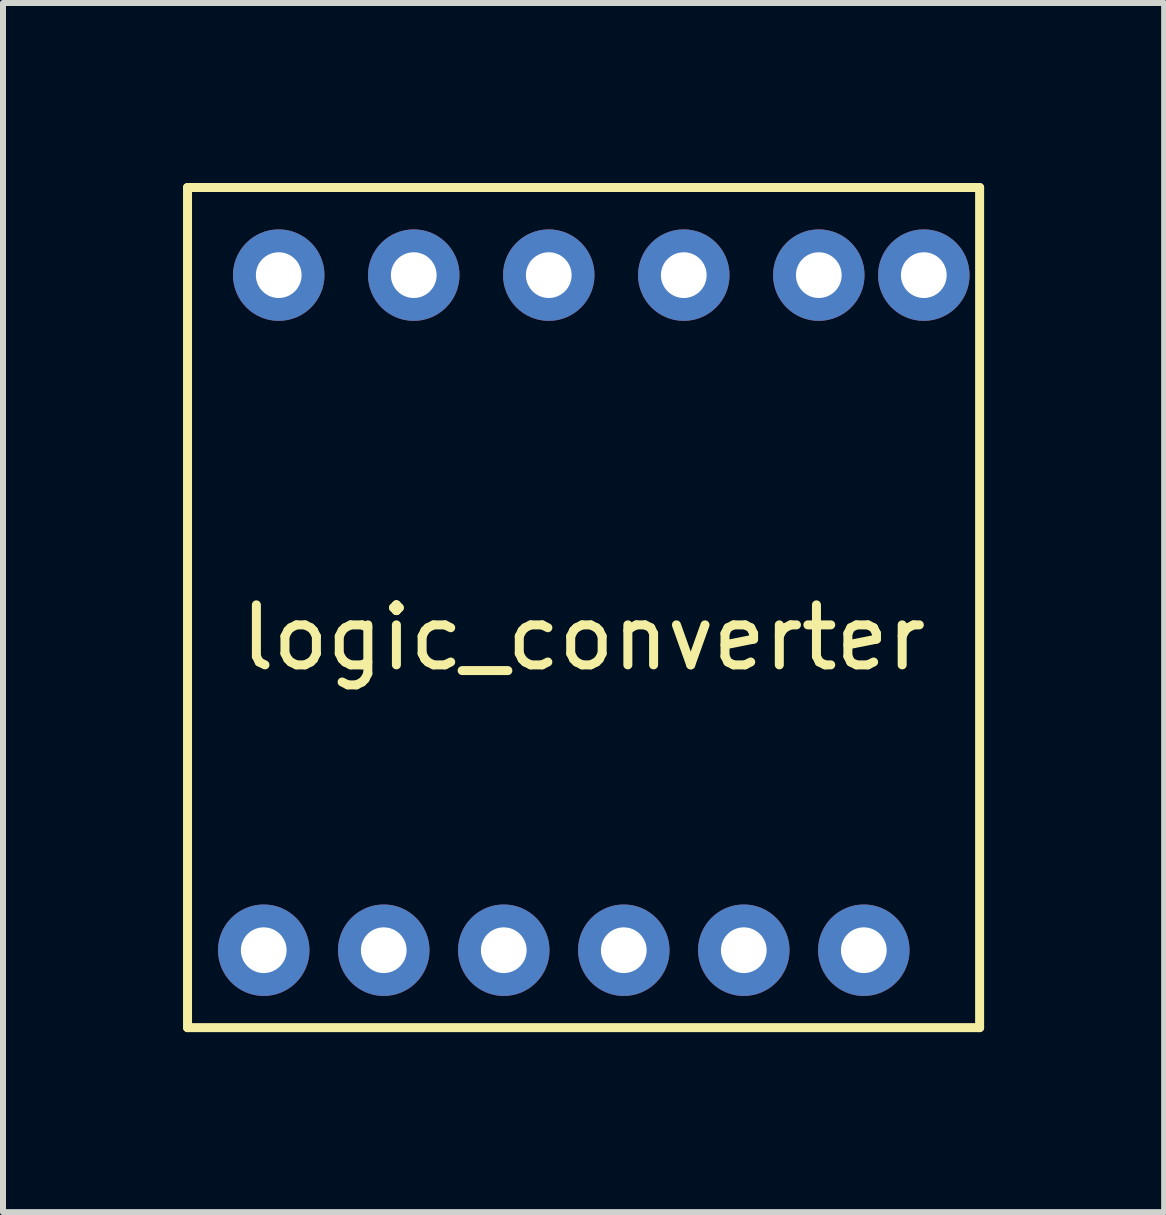
<source format=kicad_pcb>
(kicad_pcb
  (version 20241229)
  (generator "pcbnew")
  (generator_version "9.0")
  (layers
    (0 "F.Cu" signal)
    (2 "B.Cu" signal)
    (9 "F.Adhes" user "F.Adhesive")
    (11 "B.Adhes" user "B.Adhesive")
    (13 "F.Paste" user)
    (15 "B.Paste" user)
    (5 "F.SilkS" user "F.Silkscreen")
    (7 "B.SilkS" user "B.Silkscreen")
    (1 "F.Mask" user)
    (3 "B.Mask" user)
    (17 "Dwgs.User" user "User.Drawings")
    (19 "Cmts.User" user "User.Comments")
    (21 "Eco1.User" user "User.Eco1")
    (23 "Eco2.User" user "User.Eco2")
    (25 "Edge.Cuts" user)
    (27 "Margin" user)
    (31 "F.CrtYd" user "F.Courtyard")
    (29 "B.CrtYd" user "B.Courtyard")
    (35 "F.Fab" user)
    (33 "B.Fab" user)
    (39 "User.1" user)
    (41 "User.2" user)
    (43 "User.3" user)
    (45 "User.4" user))
  (footprint "logic_converter"
    (layer "F.Cu")
    (at 6.675 7.075)
    (property "Reference" "logic_converter" (at 0 0.5 0) (layer "F.SilkS") (effects (font (size 1 1) (thickness 0.15))))
    (attr through_hole)
    (fp_line (start -6.6 -7) (end -6.6 7) (stroke (width 0.15) (type solid)) (layer "F.SilkS"))
    (fp_line (start -6.6 -7) (end 6.6 -7) (stroke (width 0.15) (type solid)) (layer "F.SilkS"))
    (fp_line (start -6.6 7) (end 6.6 7) (stroke (width 0.15) (type solid)) (layer "F.SilkS"))
    (fp_line (start 6.6 7) (end 6.6 -7) (stroke (width 0.15) (type solid)) (layer "F.SilkS"))
    (pad "1" thru_hole circle (at -5.08 -5.54) (size 1.524 1.524) (drill 0.762) (layers "*.Cu" "*.Mask"))
    (pad "2" thru_hole circle (at -2.83 -5.54) (size 1.524 1.524) (drill 0.762) (layers "*.Cu" "*.Mask"))
    (pad "3" thru_hole circle (at -0.58 -5.54) (size 1.524 1.524) (drill 0.762) (layers "*.Cu" "*.Mask"))
    (pad "4" thru_hole circle (at 1.67 -5.54) (size 1.524 1.524) (drill 0.762) (layers "*.Cu" "*.Mask"))
    (pad "5" thru_hole circle (at 3.92 -5.54) (size 1.524 1.524) (drill 0.762) (layers "*.Cu" "*.Mask"))
    (pad "6" thru_hole circle (at 5.67 -5.54) (size 1.524 1.524) (drill 0.762) (layers "*.Cu" "*.Mask"))
    (pad "7" thru_hole circle (at -5.33 5.71) (size 1.524 1.524) (drill 0.762) (layers "*.Cu" "*.Mask"))
    (pad "8" thru_hole circle (at -3.33 5.71) (size 1.524 1.524) (drill 0.762) (layers "*.Cu" "*.Mask"))
    (pad "9" thru_hole circle (at -1.33 5.71) (size 1.524 1.524) (drill 0.762) (layers "*.Cu" "*.Mask"))
    (pad "10" thru_hole circle (at 0.67 5.71) (size 1.524 1.524) (drill 0.762) (layers "*.Cu" "*.Mask"))
    (pad "11" thru_hole circle (at 2.67 5.71) (size 1.524 1.524) (drill 0.762) (layers "*.Cu" "*.Mask"))
    (pad "12" thru_hole circle (at 4.67 5.71) (size 1.524 1.524) (drill 0.762) (layers "*.Cu" "*.Mask")))
  (gr_rect
    (start -3 -3)
    (end 16.35 17.15)
    (stroke (width 0.1) (type default))
    (fill no)
    (layer "Edge.Cuts")))
</source>
